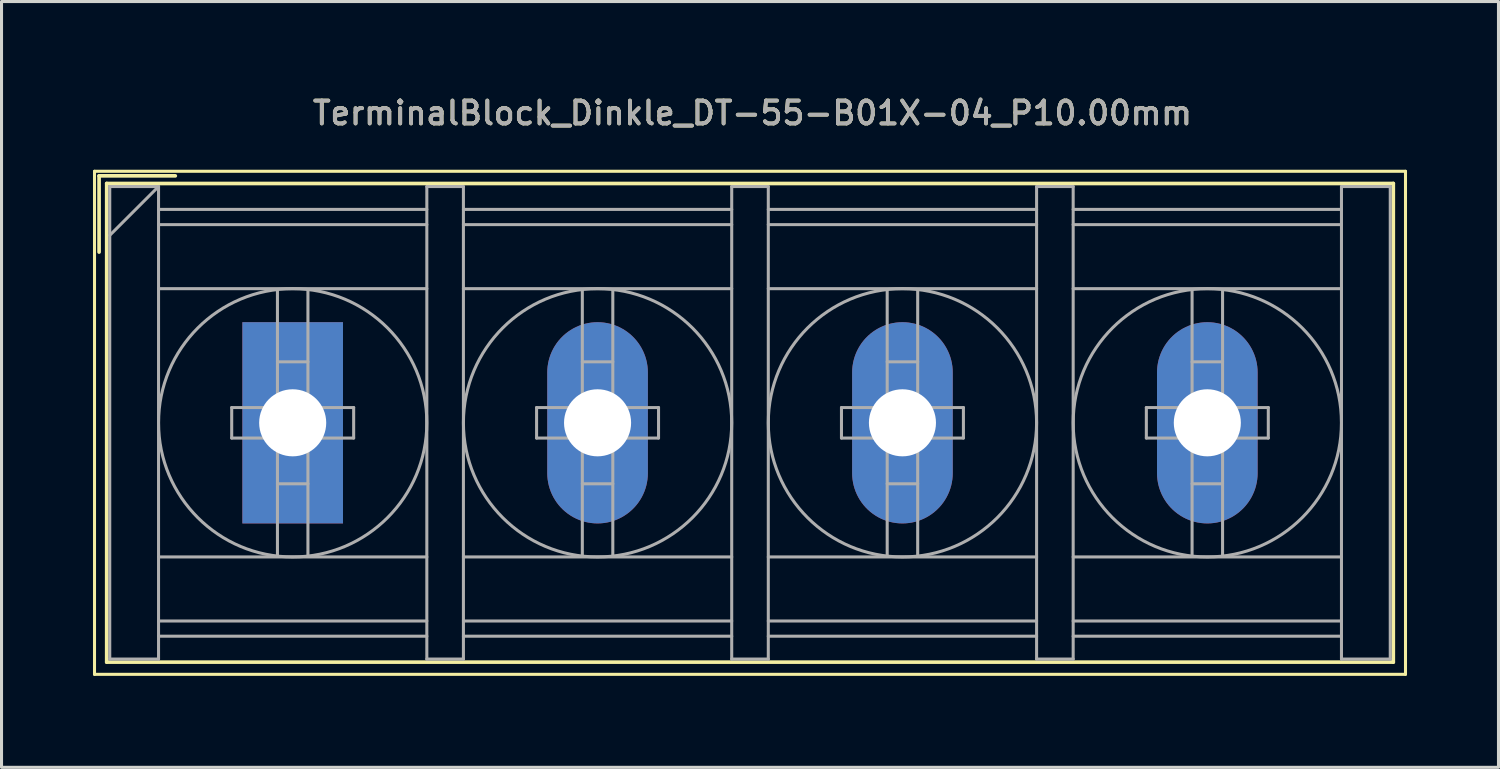
<source format=kicad_pcb>
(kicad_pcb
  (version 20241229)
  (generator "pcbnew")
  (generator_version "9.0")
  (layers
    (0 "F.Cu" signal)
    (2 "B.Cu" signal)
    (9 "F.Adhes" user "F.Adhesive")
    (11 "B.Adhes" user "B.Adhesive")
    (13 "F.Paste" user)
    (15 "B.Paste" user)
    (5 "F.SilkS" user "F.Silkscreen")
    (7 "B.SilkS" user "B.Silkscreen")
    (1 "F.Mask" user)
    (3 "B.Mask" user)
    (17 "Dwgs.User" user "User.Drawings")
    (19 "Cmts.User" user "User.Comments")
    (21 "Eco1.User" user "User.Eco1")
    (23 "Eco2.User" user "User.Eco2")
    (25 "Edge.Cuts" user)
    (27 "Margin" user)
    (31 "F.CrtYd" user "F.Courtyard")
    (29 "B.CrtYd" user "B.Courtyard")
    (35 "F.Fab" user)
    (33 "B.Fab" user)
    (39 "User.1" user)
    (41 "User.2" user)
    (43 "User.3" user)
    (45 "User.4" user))
  (footprint "TerminalBlock_Dinkle_DT-55-B01X-04_P10.00mm"
    (layer "F.Cu")
    (at 6.55 10.818)
    (property "Reference" "TerminalBlock_Dinkle_DT-55-B01X-04_P10.00mm" (at 15.08 -10.16 0) (layer "F.SilkS") (effects (font (size 0.75 0.75) (thickness 0.125))))
    (attr through_hole)
    (fp_line (start -6.5 -8.25) (end 36.5 -8.25) (stroke (width 0.1) (type solid)) (layer "F.SilkS"))
    (fp_line (start -6.5 8.25) (end -6.5 -8.25) (stroke (width 0.1) (type solid)) (layer "F.SilkS"))
    (fp_line (start -6.5 8.25) (end 36.5 8.25) (stroke (width 0.1) (type solid)) (layer "F.SilkS"))
    (fp_line (start -6.35 -8.1) (end -3.85 -8.1) (stroke (width 0.12) (type solid)) (layer "F.SilkS"))
    (fp_line (start -6.35 -5.6) (end -6.35 -8.1) (stroke (width 0.12) (type solid)) (layer "F.SilkS"))
    (fp_line (start -6.1 -7.85) (end 36.1 -7.85) (stroke (width 0.12) (type solid)) (layer "F.SilkS"))
    (fp_line (start -6.1 7.85) (end -6.1 -7.85) (stroke (width 0.12) (type solid)) (layer "F.SilkS"))
    (fp_line (start -6.1 7.85) (end 36.1 7.85) (stroke (width 0.12) (type solid)) (layer "F.SilkS"))
    (fp_line (start 36.1 -7.85) (end 36.1 7.85) (stroke (width 0.12) (type solid)) (layer "F.SilkS"))
    (fp_line (start 36.5 -8.25) (end 36.5 8.25) (stroke (width 0.1) (type solid)) (layer "F.SilkS"))
    (fp_line (start -6 -7.75) (end -6 7.75) (stroke (width 0.1) (type solid)) (layer "F.Fab"))
    (fp_line (start -6 -7.75) (end -4.4 -7.75) (stroke (width 0.1) (type solid)) (layer "F.Fab"))
    (fp_line (start -6 7.75) (end -4.4 7.75) (stroke (width 0.1) (type solid)) (layer "F.Fab"))
    (fp_line (start -4.4 -7.75) (end -6 -6.15) (stroke (width 0.1) (type solid)) (layer "F.Fab"))
    (fp_line (start -4.4 -7.75) (end -4.4 7.75) (stroke (width 0.1) (type solid)) (layer "F.Fab"))
    (fp_line (start -4.4 -7) (end 4.4 -7) (stroke (width 0.1) (type solid)) (layer "F.Fab"))
    (fp_line (start -4.4 -6.5) (end 4.4 -6.5) (stroke (width 0.1) (type solid)) (layer "F.Fab"))
    (fp_line (start -4.4 -4.4) (end 4.4 -4.4) (stroke (width 0.1) (type solid)) (layer "F.Fab"))
    (fp_line (start -4.4 4.4) (end 4.4 4.4) (stroke (width 0.1) (type solid)) (layer "F.Fab"))
    (fp_line (start -4.4 6.5) (end 4.4 6.5) (stroke (width 0.1) (type solid)) (layer "F.Fab"))
    (fp_line (start -4.4 7) (end 4.4 7) (stroke (width 0.1) (type solid)) (layer "F.Fab"))
    (fp_line (start -2 -0.5) (end -2 0.5) (stroke (width 0.1) (type solid)) (layer "F.Fab"))
    (fp_line (start -2 0.5) (end -0.5 0.5) (stroke (width 0.1) (type solid)) (layer "F.Fab"))
    (fp_line (start -0.5 -4.35) (end -0.5 -0.5) (stroke (width 0.1) (type solid)) (layer "F.Fab"))
    (fp_line (start -0.5 -2) (end 0.5 -2) (stroke (width 0.1) (type solid)) (layer "F.Fab"))
    (fp_line (start -0.5 -0.5) (end -2 -0.5) (stroke (width 0.1) (type solid)) (layer "F.Fab"))
    (fp_line (start -0.5 0.5) (end -0.5 4.35) (stroke (width 0.1) (type solid)) (layer "F.Fab"))
    (fp_line (start -0.5 2) (end 0.5 2) (stroke (width 0.1) (type solid)) (layer "F.Fab"))
    (fp_line (start 0.5 -4.35) (end 0.5 -0.5) (stroke (width 0.1) (type solid)) (layer "F.Fab"))
    (fp_line (start 0.5 -0.5) (end 2 -0.5) (stroke (width 0.1) (type solid)) (layer "F.Fab"))
    (fp_line (start 0.5 0.5) (end 0.5 4.35) (stroke (width 0.1) (type solid)) (layer "F.Fab"))
    (fp_line (start 2 -0.5) (end 2 0.5) (stroke (width 0.1) (type solid)) (layer "F.Fab"))
    (fp_line (start 2 0.5) (end 0.5 0.5) (stroke (width 0.1) (type solid)) (layer "F.Fab"))
    (fp_line (start 4.4 -7.75) (end 4.4 7.75) (stroke (width 0.1) (type solid)) (layer "F.Fab"))
    (fp_line (start 4.4 -7.75) (end 5.6 -7.75) (stroke (width 0.1) (type solid)) (layer "F.Fab"))
    (fp_line (start 4.4 7.75) (end 5.6 7.75) (stroke (width 0.1) (type solid)) (layer "F.Fab"))
    (fp_line (start 5.6 -7.75) (end 5.6 7.75) (stroke (width 0.1) (type solid)) (layer "F.Fab"))
    (fp_line (start 5.6 -7) (end 14.4 -7) (stroke (width 0.1) (type solid)) (layer "F.Fab"))
    (fp_line (start 5.6 -6.5) (end 14.4 -6.5) (stroke (width 0.1) (type solid)) (layer "F.Fab"))
    (fp_line (start 5.6 -4.4) (end 14.4 -4.4) (stroke (width 0.1) (type solid)) (layer "F.Fab"))
    (fp_line (start 5.6 4.4) (end 14.4 4.4) (stroke (width 0.1) (type solid)) (layer "F.Fab"))
    (fp_line (start 5.6 6.5) (end 14.4 6.5) (stroke (width 0.1) (type solid)) (layer "F.Fab"))
    (fp_line (start 5.6 7) (end 14.4 7) (stroke (width 0.1) (type solid)) (layer "F.Fab"))
    (fp_line (start 8 -0.5) (end 8 0.5) (stroke (width 0.1) (type solid)) (layer "F.Fab"))
    (fp_line (start 8 0.5) (end 9.5 0.5) (stroke (width 0.1) (type solid)) (layer "F.Fab"))
    (fp_line (start 9.5 -4.35) (end 9.5 -0.5) (stroke (width 0.1) (type solid)) (layer "F.Fab"))
    (fp_line (start 9.5 -2) (end 10.5 -2) (stroke (width 0.1) (type solid)) (layer "F.Fab"))
    (fp_line (start 9.5 -0.5) (end 8 -0.5) (stroke (width 0.1) (type solid)) (layer "F.Fab"))
    (fp_line (start 9.5 0.5) (end 9.5 4.35) (stroke (width 0.1) (type solid)) (layer "F.Fab"))
    (fp_line (start 9.5 2) (end 10.5 2) (stroke (width 0.1) (type solid)) (layer "F.Fab"))
    (fp_line (start 10.5 -4.35) (end 10.5 -0.5) (stroke (width 0.1) (type solid)) (layer "F.Fab"))
    (fp_line (start 10.5 -0.5) (end 12 -0.5) (stroke (width 0.1) (type solid)) (layer "F.Fab"))
    (fp_line (start 10.5 0.5) (end 10.5 4.35) (stroke (width 0.1) (type solid)) (layer "F.Fab"))
    (fp_line (start 12 -0.5) (end 12 0.5) (stroke (width 0.1) (type solid)) (layer "F.Fab"))
    (fp_line (start 12 0.5) (end 10.5 0.5) (stroke (width 0.1) (type solid)) (layer "F.Fab"))
    (fp_line (start 14.4 -7.75) (end 14.4 7.75) (stroke (width 0.1) (type solid)) (layer "F.Fab"))
    (fp_line (start 14.4 -7.75) (end 15.6 -7.75) (stroke (width 0.1) (type solid)) (layer "F.Fab"))
    (fp_line (start 14.4 7.75) (end 15.6 7.75) (stroke (width 0.1) (type solid)) (layer "F.Fab"))
    (fp_line (start 15.6 -7.75) (end 15.6 7.75) (stroke (width 0.1) (type solid)) (layer "F.Fab"))
    (fp_line (start 15.6 -7) (end 24.4 -7) (stroke (width 0.1) (type solid)) (layer "F.Fab"))
    (fp_line (start 15.6 -6.5) (end 24.4 -6.5) (stroke (width 0.1) (type solid)) (layer "F.Fab"))
    (fp_line (start 15.6 -4.4) (end 24.4 -4.4) (stroke (width 0.1) (type solid)) (layer "F.Fab"))
    (fp_line (start 15.6 4.4) (end 24.4 4.4) (stroke (width 0.1) (type solid)) (layer "F.Fab"))
    (fp_line (start 15.6 6.5) (end 24.4 6.5) (stroke (width 0.1) (type solid)) (layer "F.Fab"))
    (fp_line (start 15.6 7) (end 24.4 7) (stroke (width 0.1) (type solid)) (layer "F.Fab"))
    (fp_line (start 18 -0.5) (end 18 0.5) (stroke (width 0.1) (type solid)) (layer "F.Fab"))
    (fp_line (start 18 0.5) (end 19.5 0.5) (stroke (width 0.1) (type solid)) (layer "F.Fab"))
    (fp_line (start 19.5 -4.35) (end 19.5 -0.5) (stroke (width 0.1) (type solid)) (layer "F.Fab"))
    (fp_line (start 19.5 -2) (end 20.5 -2) (stroke (width 0.1) (type solid)) (layer "F.Fab"))
    (fp_line (start 19.5 -0.5) (end 18 -0.5) (stroke (width 0.1) (type solid)) (layer "F.Fab"))
    (fp_line (start 19.5 0.5) (end 19.5 4.35) (stroke (width 0.1) (type solid)) (layer "F.Fab"))
    (fp_line (start 19.5 2) (end 20.5 2) (stroke (width 0.1) (type solid)) (layer "F.Fab"))
    (fp_line (start 20.5 -4.35) (end 20.5 -0.5) (stroke (width 0.1) (type solid)) (layer "F.Fab"))
    (fp_line (start 20.5 -0.5) (end 22 -0.5) (stroke (width 0.1) (type solid)) (layer "F.Fab"))
    (fp_line (start 20.5 0.5) (end 20.5 4.35) (stroke (width 0.1) (type solid)) (layer "F.Fab"))
    (fp_line (start 22 -0.5) (end 22 0.5) (stroke (width 0.1) (type solid)) (layer "F.Fab"))
    (fp_line (start 22 0.5) (end 20.5 0.5) (stroke (width 0.1) (type solid)) (layer "F.Fab"))
    (fp_line (start 24.4 -7.75) (end 24.4 7.75) (stroke (width 0.1) (type solid)) (layer "F.Fab"))
    (fp_line (start 24.4 -7.75) (end 25.6 -7.75) (stroke (width 0.1) (type solid)) (layer "F.Fab"))
    (fp_line (start 24.4 7.75) (end 25.6 7.75) (stroke (width 0.1) (type solid)) (layer "F.Fab"))
    (fp_line (start 25.6 -7.75) (end 25.6 7.75) (stroke (width 0.1) (type solid)) (layer "F.Fab"))
    (fp_line (start 25.6 -7) (end 34.4 -7) (stroke (width 0.1) (type solid)) (layer "F.Fab"))
    (fp_line (start 25.6 -6.5) (end 34.4 -6.5) (stroke (width 0.1) (type solid)) (layer "F.Fab"))
    (fp_line (start 25.6 -4.4) (end 34.4 -4.4) (stroke (width 0.1) (type solid)) (layer "F.Fab"))
    (fp_line (start 25.6 4.4) (end 34.4 4.4) (stroke (width 0.1) (type solid)) (layer "F.Fab"))
    (fp_line (start 25.6 6.5) (end 34.4 6.5) (stroke (width 0.1) (type solid)) (layer "F.Fab"))
    (fp_line (start 25.6 7) (end 34.4 7) (stroke (width 0.1) (type solid)) (layer "F.Fab"))
    (fp_line (start 28 -0.5) (end 28 0.5) (stroke (width 0.1) (type solid)) (layer "F.Fab"))
    (fp_line (start 28 0.5) (end 29.5 0.5) (stroke (width 0.1) (type solid)) (layer "F.Fab"))
    (fp_line (start 29.5 -4.35) (end 29.5 -0.5) (stroke (width 0.1) (type solid)) (layer "F.Fab"))
    (fp_line (start 29.5 -2) (end 30.5 -2) (stroke (width 0.1) (type solid)) (layer "F.Fab"))
    (fp_line (start 29.5 -0.5) (end 28 -0.5) (stroke (width 0.1) (type solid)) (layer "F.Fab"))
    (fp_line (start 29.5 0.5) (end 29.5 4.35) (stroke (width 0.1) (type solid)) (layer "F.Fab"))
    (fp_line (start 29.5 2) (end 30.5 2) (stroke (width 0.1) (type solid)) (layer "F.Fab"))
    (fp_line (start 30.5 -4.35) (end 30.5 -0.5) (stroke (width 0.1) (type solid)) (layer "F.Fab"))
    (fp_line (start 30.5 -0.5) (end 32 -0.5) (stroke (width 0.1) (type solid)) (layer "F.Fab"))
    (fp_line (start 30.5 0.5) (end 30.5 4.35) (stroke (width 0.1) (type solid)) (layer "F.Fab"))
    (fp_line (start 32 -0.5) (end 32 0.5) (stroke (width 0.1) (type solid)) (layer "F.Fab"))
    (fp_line (start 32 0.5) (end 30.5 0.5) (stroke (width 0.1) (type solid)) (layer "F.Fab"))
    (fp_line (start 34.4 -7.75) (end 34.4 7.75) (stroke (width 0.1) (type solid)) (layer "F.Fab"))
    (fp_line (start 34.4 -7.75) (end 36 -7.75) (stroke (width 0.1) (type solid)) (layer "F.Fab"))
    (fp_line (start 34.4 7.75) (end 36 7.75) (stroke (width 0.1) (type solid)) (layer "F.Fab"))
    (fp_line (start 36 -7.75) (end 36 7.75) (stroke (width 0.1) (type solid)) (layer "F.Fab"))
    (fp_circle (center 0 0) (end 0.5 0.5) (stroke (width 0.1) (type solid)) (fill no) (layer "F.Fab"))
    (fp_circle (center 0 0) (end 4.4 0) (stroke (width 0.1) (type solid)) (fill no) (layer "F.Fab"))
    (fp_circle (center 10 0) (end 10.5 0.5) (stroke (width 0.1) (type solid)) (fill no) (layer "F.Fab"))
    (fp_circle (center 10 0) (end 14.4 0) (stroke (width 0.1) (type solid)) (fill no) (layer "F.Fab"))
    (fp_circle (center 20 0) (end 20.5 0.5) (stroke (width 0.1) (type solid)) (fill no) (layer "F.Fab"))
    (fp_circle (center 20 0) (end 24.4 0) (stroke (width 0.1) (type solid)) (fill no) (layer "F.Fab"))
    (fp_circle (center 30 0) (end 30.5 0.5) (stroke (width 0.1) (type solid)) (fill no) (layer "F.Fab"))
    (fp_circle (center 30 0) (end 34.4 0) (stroke (width 0.1) (type solid)) (fill no) (layer "F.Fab"))
    (fp_text user "${REFERENCE}" (at 15.08 -10.16 0) (layer "F.Fab") (effects (font (size 0.75 0.75) (thickness 0.125))))
    (pad "1" thru_hole rect (at 0 0) (size 3.3 6.6) (drill 2.2) (layers "*.Cu" "*.Mask"))
    (pad "2" thru_hole oval (at 10 0) (size 3.3 6.6) (drill 2.2) (layers "*.Cu" "*.Mask"))
    (pad "3" thru_hole oval (at 20 0) (size 3.3 6.6) (drill 2.2) (layers "*.Cu" "*.Mask"))
    (pad "4" thru_hole oval (at 30 0) (size 3.3 6.6) (drill 2.2) (layers "*.Cu" "*.Mask")))
  (gr_rect
    (start -3 -3)
    (end 46.1 22.118)
    (stroke (width 0.1) (type default))
    (fill no)
    (layer "Edge.Cuts")))
</source>
